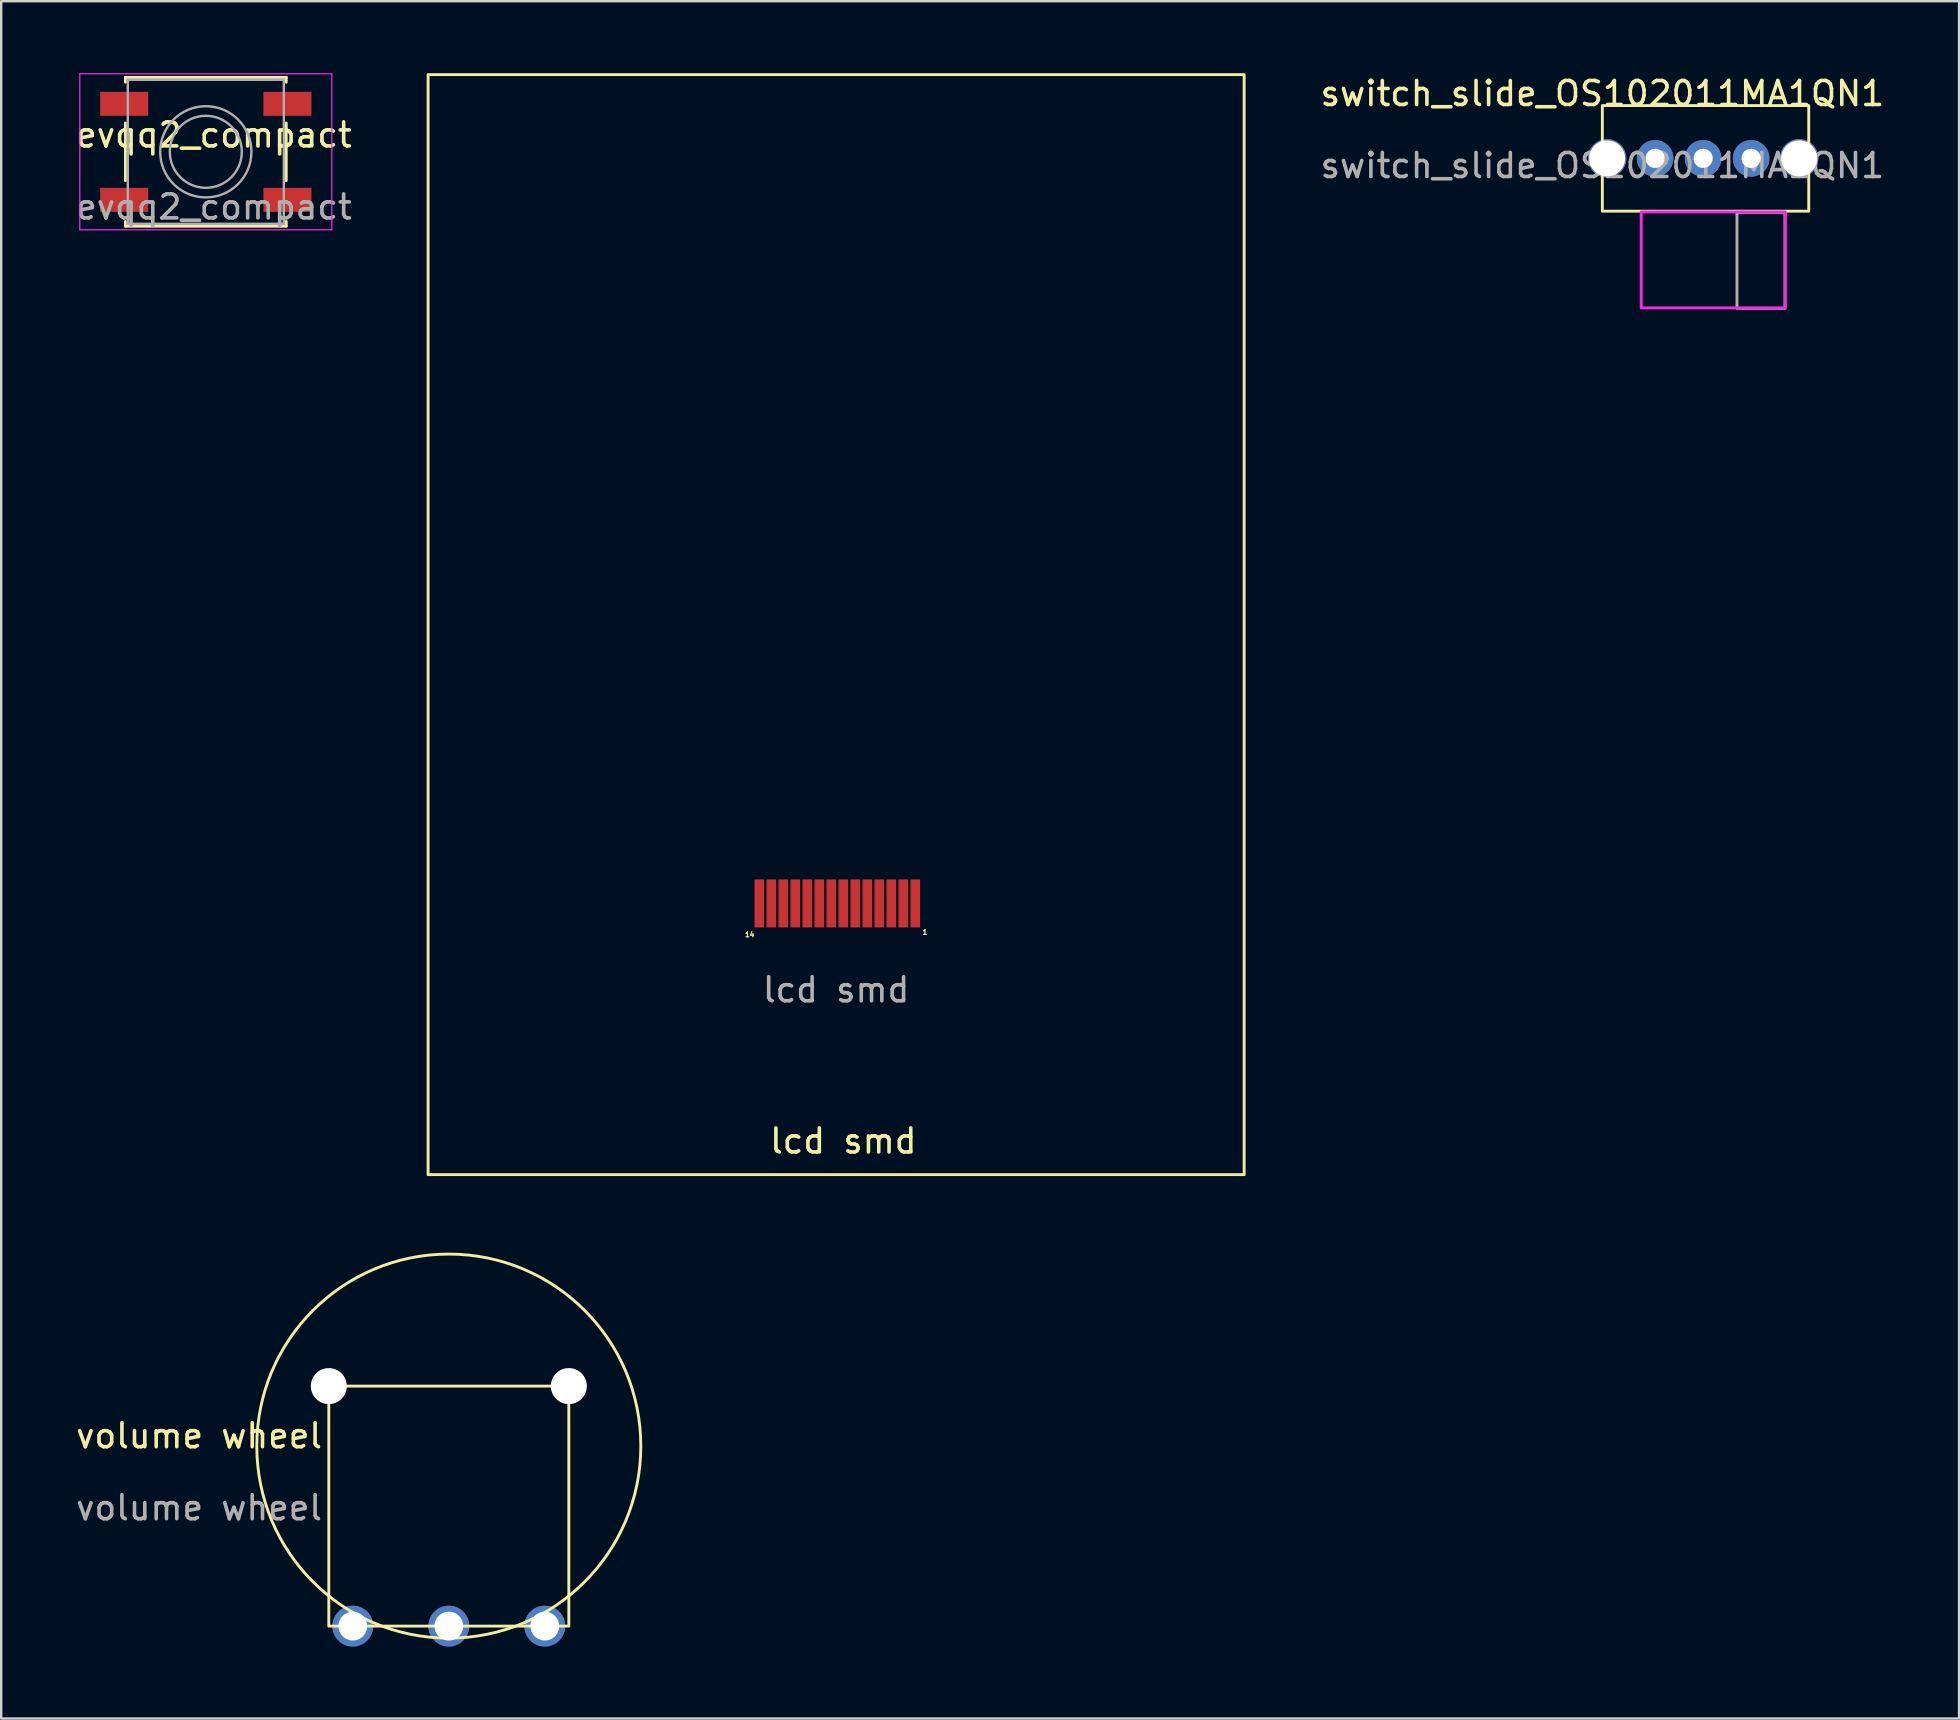
<source format=kicad_pcb>
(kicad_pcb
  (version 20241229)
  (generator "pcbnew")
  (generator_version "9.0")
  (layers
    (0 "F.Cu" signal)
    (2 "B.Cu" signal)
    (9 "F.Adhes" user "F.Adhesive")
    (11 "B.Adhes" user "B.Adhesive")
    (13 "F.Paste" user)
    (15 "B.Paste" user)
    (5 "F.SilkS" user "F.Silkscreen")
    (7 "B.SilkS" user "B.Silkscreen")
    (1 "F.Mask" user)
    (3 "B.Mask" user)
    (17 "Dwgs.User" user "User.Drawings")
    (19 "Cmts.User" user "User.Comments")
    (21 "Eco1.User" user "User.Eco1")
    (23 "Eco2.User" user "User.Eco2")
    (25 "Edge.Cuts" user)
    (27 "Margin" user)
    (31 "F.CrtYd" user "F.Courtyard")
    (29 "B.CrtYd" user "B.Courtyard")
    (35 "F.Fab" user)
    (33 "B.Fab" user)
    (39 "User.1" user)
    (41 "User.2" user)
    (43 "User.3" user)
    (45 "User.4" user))
  (footprint "lcd smd"
    (layer "F.Cu")
    (at 31.786 45.89)
    (property "Reference" "lcd smd" (at 0.3 -1.4 0) (unlocked yes) (layer "F.SilkS") (effects (font (size 1 1) (thickness 0.15))))
    (attr smd)
    (fp_rect (start -17 -45.83) (end 17 0) (stroke (width 0.12) (type solid)) (fill no) (layer "F.SilkS"))
    (fp_rect (start -3.2 -12) (end 3.3 0) (stroke (width 0.12) (type solid)) (fill no) (layer "User.1"))
    (fp_text user "14" (at -3.6 -10 0) (unlocked yes) (layer "F.SilkS") (effects (font (size 0.2 0.2) (thickness 0.05))))
    (fp_text user "1" (at 3.7 -10.1 0) (unlocked yes) (layer "F.SilkS") (effects (font (size 0.2 0.2) (thickness 0.05))))
    (fp_text user "${REFERENCE}" (at 0 -7.7 0) (unlocked yes) (layer "F.Fab") (effects (font (size 1 1) (thickness 0.15))))
    (pad "1" smd rect (at 3.3 -11.3) (size 0.4 2) (layers "F.Cu" "F.Mask" "F.Paste"))
    (pad "2" smd rect (at 2.8 -11.3) (size 0.4 2) (layers "F.Cu" "F.Mask" "F.Paste"))
    (pad "3" smd rect (at 2.3 -11.3) (size 0.4 2) (layers "F.Cu" "F.Mask" "F.Paste"))
    (pad "4" smd rect (at 1.8 -11.3) (size 0.4 2) (layers "F.Cu" "F.Mask" "F.Paste"))
    (pad "5" smd rect (at 1.3 -11.3) (size 0.4 2) (layers "F.Cu" "F.Mask" "F.Paste"))
    (pad "6" smd rect (at 0.8 -11.3) (size 0.4 2) (layers "F.Cu" "F.Mask" "F.Paste"))
    (pad "7" smd rect (at 0.3 -11.3) (size 0.4 2) (layers "F.Cu" "F.Mask" "F.Paste"))
    (pad "8" smd rect (at -0.2 -11.3) (size 0.4 2) (layers "F.Cu" "F.Mask" "F.Paste"))
    (pad "9" smd rect (at -0.7 -11.3) (size 0.4 2) (layers "F.Cu" "F.Mask" "F.Paste"))
    (pad "10" smd rect (at -1.2 -11.3) (size 0.4 2) (layers "F.Cu" "F.Mask" "F.Paste"))
    (pad "11" smd rect (at -1.7 -11.3) (size 0.4 2) (layers "F.Cu" "F.Mask" "F.Paste"))
    (pad "12" smd rect (at -2.2 -11.3) (size 0.4 2) (layers "F.Cu" "F.Mask" "F.Paste"))
    (pad "13" smd rect (at -2.7 -11.3) (size 0.4 2) (layers "F.Cu" "F.Mask" "F.Paste"))
    (pad "14" smd rect (at -3.2 -11.3) (size 0.4 2) (layers "F.Cu" "F.Mask" "F.Paste")))
  (footprint "evqq2_compact"
    (layer "F.Cu")
    (at 5.863 3.073)
    (property "Reference" "evqq2_compact" (at 0 -0.5 0) (unlocked yes) (layer "F.SilkS") (effects (font (size 1 1) (thickness 0.15))))
    (attr smd)
    (fp_line (start -3.688 -2.898) (end -3.688 -2.698) (stroke (width 0.12) (type solid)) (layer "F.SilkS"))
    (fp_line (start -3.688 -0.998) (end -3.688 1.402) (stroke (width 0.12) (type solid)) (layer "F.SilkS"))
    (fp_line (start -3.688 3.302) (end -3.688 3.102) (stroke (width 0.12) (type solid)) (layer "F.SilkS"))
    (fp_line (start -3.688 3.302) (end 3.012 3.302) (stroke (width 0.12) (type solid)) (layer "F.SilkS"))
    (fp_line (start 3.012 -2.898) (end -3.688 -2.898) (stroke (width 0.12) (type solid)) (layer "F.SilkS"))
    (fp_line (start 3.012 -2.898) (end 3.012 -2.698) (stroke (width 0.12) (type solid)) (layer "F.SilkS"))
    (fp_line (start 3.012 -0.998) (end 3.012 1.402) (stroke (width 0.12) (type solid)) (layer "F.SilkS"))
    (fp_line (start 3.012 3.302) (end 3.012 3.102) (stroke (width 0.12) (type solid)) (layer "F.SilkS"))
    (fp_line (start -5.588 -3.048) (end 4.912 -3.048) (stroke (width 0.05) (type solid)) (layer "F.CrtYd"))
    (fp_line (start -5.588 3.452) (end -5.588 -3.048) (stroke (width 0.05) (type solid)) (layer "F.CrtYd"))
    (fp_line (start 4.912 -3.048) (end 4.912 3.452) (stroke (width 0.05) (type solid)) (layer "F.CrtYd"))
    (fp_line (start 4.912 3.452) (end -5.588 3.452) (stroke (width 0.05) (type solid)) (layer "F.CrtYd"))
    (fp_line (start -3.588 -2.798) (end 2.912 -2.798) (stroke (width 0.1) (type solid)) (layer "F.Fab"))
    (fp_line (start -3.588 3.202) (end -3.588 -2.798) (stroke (width 0.1) (type solid)) (layer "F.Fab"))
    (fp_line (start 2.912 -2.798) (end 2.912 3.202) (stroke (width 0.1) (type solid)) (layer "F.Fab"))
    (fp_line (start 2.912 3.202) (end -3.588 3.202) (stroke (width 0.1) (type solid)) (layer "F.Fab"))
    (fp_circle (center -0.338 0.202) (end 1.162 0.202) (stroke (width 0.1) (type solid)) (fill no) (layer "F.Fab"))
    (fp_circle (center -0.338 0.202) (end 1.562 0.202) (stroke (width 0.1) (type solid)) (fill no) (layer "F.Fab"))
    (fp_text user "${REFERENCE}" (at 0 2.5 0) (unlocked yes) (layer "F.Fab") (effects (font (size 1 1) (thickness 0.15))))
    (pad "1" smd rect (at -3.738 -1.798) (size 2 1) (layers "F.Cu" "F.Mask" "F.Paste"))
    (pad "1" smd rect (at 3.062 -1.798) (size 2 1) (layers "F.Cu" "F.Mask" "F.Paste"))
    (pad "2" smd rect (at -3.738 2.202) (size 2 1) (layers "F.Cu" "F.Mask" "F.Paste"))
    (pad "2" smd rect (at 3.062 2.202) (size 2 1) (layers "F.Cu" "F.Mask" "F.Paste")))
  (footprint "switch_slide_OS102011MA1QN1"
    (layer "F.Cu")
    (at 63.709 1.348)
    (property "Reference" "switch_slide_OS102011MA1QN1" (at 0 -0.5 0) (unlocked yes) (layer "F.SilkS") (effects (font (size 1 1) (thickness 0.15))))
    (attr through_hole)
    (fp_rect (start 0 0) (end 8.6 4.4) (stroke (width 0.12) (type solid)) (fill no) (layer "F.SilkS"))
    (fp_rect (start 1.62 4.43) (end 7.62 8.43) (stroke (width 0.12) (type solid)) (fill no) (layer "F.CrtYd"))
    (fp_rect (start 5.61 4.45) (end 7.61 8.45) (stroke (width 0.12) (type solid)) (fill no) (layer "F.Fab"))
    (fp_text user "${REFERENCE}" (at 0 2.5 0) (unlocked yes) (layer "F.Fab") (effects (font (size 1 1) (thickness 0.15))))
    (pad "" np_thru_hole circle (at 0.2 2.2) (size 1.6 1.6) (drill 1.5) (layers "*.Cu" "*.Mask"))
    (pad "" np_thru_hole circle (at 8.2 2.2) (size 1.6 1.6) (drill 1.5) (layers "*.Cu" "*.Mask"))
    (pad "1" thru_hole circle (at 2.2 2.2) (size 1.524 1.524) (drill 0.8) (layers "*.Cu" "*.Mask"))
    (pad "2" thru_hole circle (at 4.2 2.2) (size 1.524 1.524) (drill 0.8) (layers "*.Cu" "*.Mask"))
    (pad "3" thru_hole circle (at 6.2 2.2) (size 1.524 1.524) (drill 0.8) (layers "*.Cu" "*.Mask")))
  (footprint "volume wheel"
    (layer "F.Cu")
    (at 15.649 57.2)
    (property "Reference" "volume wheel" (at -10.405 -0.43 0) (unlocked yes) (layer "F.SilkS") (effects (font (size 1 1) (thickness 0.15))))
    (attr through_hole)
    (fp_rect (start -5 -2.5) (end 5 7.5) (stroke (width 0.12) (type solid)) (fill no) (layer "F.SilkS"))
    (fp_circle (center 0 0) (end 8 0) (stroke (width 0.12) (type solid)) (fill no) (layer "F.SilkS"))
    (fp_text user "${REFERENCE}" (at -10.405 2.57 0) (unlocked yes) (layer "F.Fab") (effects (font (size 1 1) (thickness 0.15))))
    (pad "" np_thru_hole circle (at -5 -2.5) (size 1.5 1.5) (drill 1.5) (layers "*.Cu" "*.Mask"))
    (pad "" np_thru_hole circle (at 5 -2.5) (size 1.5 1.5) (drill 1.5) (layers "*.Cu" "*.Mask"))
    (pad "1" thru_hole circle (at -4 7.5) (size 1.7 1.7) (drill 1.2) (layers "*.Cu" "*.Mask"))
    (pad "2" thru_hole circle (at 0 7.5) (size 1.7 1.7) (drill 1.2) (layers "*.Cu" "*.Mask"))
    (pad "3" thru_hole circle (at 4 7.5) (size 1.7 1.7) (drill 1.2) (layers "*.Cu" "*.Mask")))
  (gr_rect
    (start -3 -3)
    (end 78.572 68.55)
    (stroke (width 0.1) (type default))
    (fill no)
    (layer "Edge.Cuts")))
</source>
